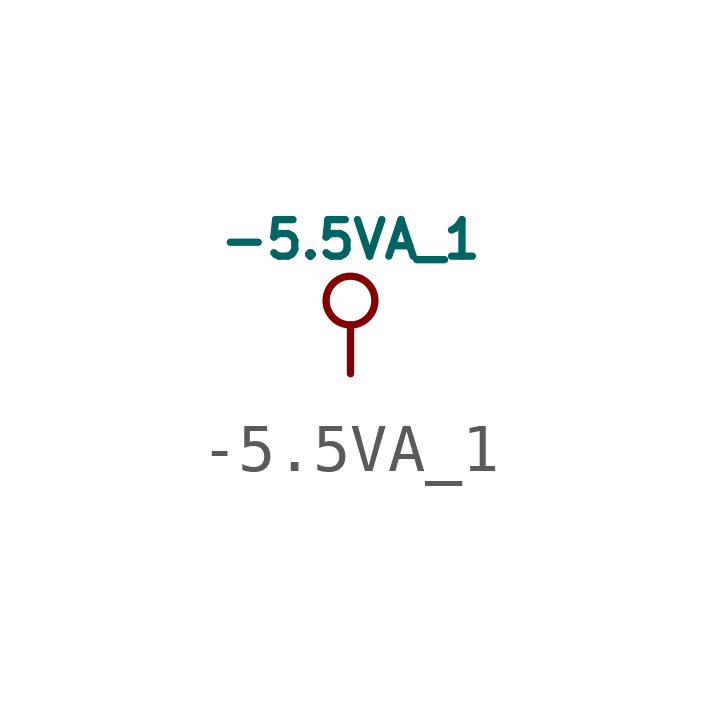
<source format=kicad_sym>
(kicad_symbol_lib
  (version 20241209)
  (generator "kicad_symbol_editor")
  (generator_version "9.0")
  (symbol "-5.5VA_1"
    (power)
    (pin_names
      (offset 0))
    (property "Reference" "#PWR"
      (at 0 -1.016 0)
      (effects (font (size 0.762 0.762)) (hide yes)))
    (property "Value" "-5.5VA_1"
      (at 0 2.794 0)
      (effects (font (size 0.762 0.762))))
    (property "Footprint" ""
      (at 0 0 0)
      (effects (font (size 1.524 1.524))))
    (property "Datasheet" ""
      (at 0 0 0)
      (effects (font (size 1.524 1.524))))
    (symbol "-5.5VA_1_0_1"
      (circle (center 0 1.524) (radius 0.508) (stroke (width 0) (type default)) (fill (type none)))
      (polyline (pts (xy 0 0) (xy 0 1.016) (xy 0 1.016)) (stroke (width 0) (type default)) (fill (type none))))
    (symbol "-5.5VA_1_1_0"
      (pin power_in line (at 0 0 90) (length 0) (hide yes) (name "-5.5VA_1" (effects (font (size 0.762 0.762)))) (number "1" (effects (font (size 0.762 0.762))))))))
</source>
